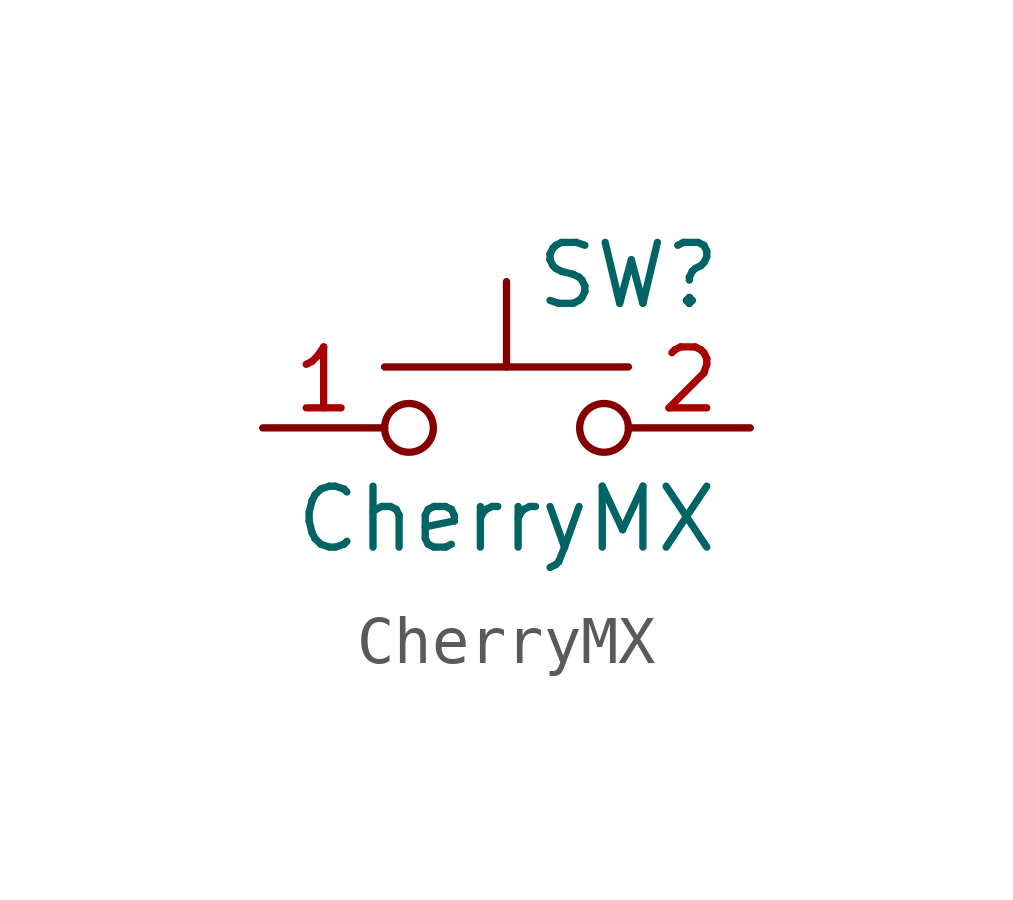
<source format=kicad_sym>
(kicad_symbol_lib
  (version 20220914)
  (generator kicad_symbol_editor)
  (symbol "CherryMX"
    (pin_names
      (offset 0.254))
    (property "Reference" "SW"
      (at 2.54 3.175 0)
      (effects (font (size 1.27 1.27))))
    (property "Value" "CherryMX"
      (at 0 -1.905 0)
      (effects (font (size 1.27 1.27))))
    (symbol "CherryMX_1_1"
      (circle (center -2.032 0) (radius 0.508) (stroke (width 0) (type solid)) (fill (type none)))
      (polyline (pts (xy 0 1.27) (xy 0 3.048)) (stroke (width 0) (type solid)) (fill (type none)))
      (polyline (pts (xy 2.54 1.27) (xy -2.54 1.27)) (stroke (width 0) (type solid)) (fill (type none)))
      (circle (center 2.032 0) (radius 0.508) (stroke (width 0) (type solid)) (fill (type none)))
      (pin passive line (at -5.08 0 0) (length 2.54) (name "~" (effects (font (size 1.27 1.27)))) (number "1" (effects (font (size 1.27 1.27)))))
      (pin passive line (at 5.08 0 180) (length 2.54) (name "~" (effects (font (size 1.27 1.27)))) (number "2" (effects (font (size 1.27 1.27))))))))
</source>
